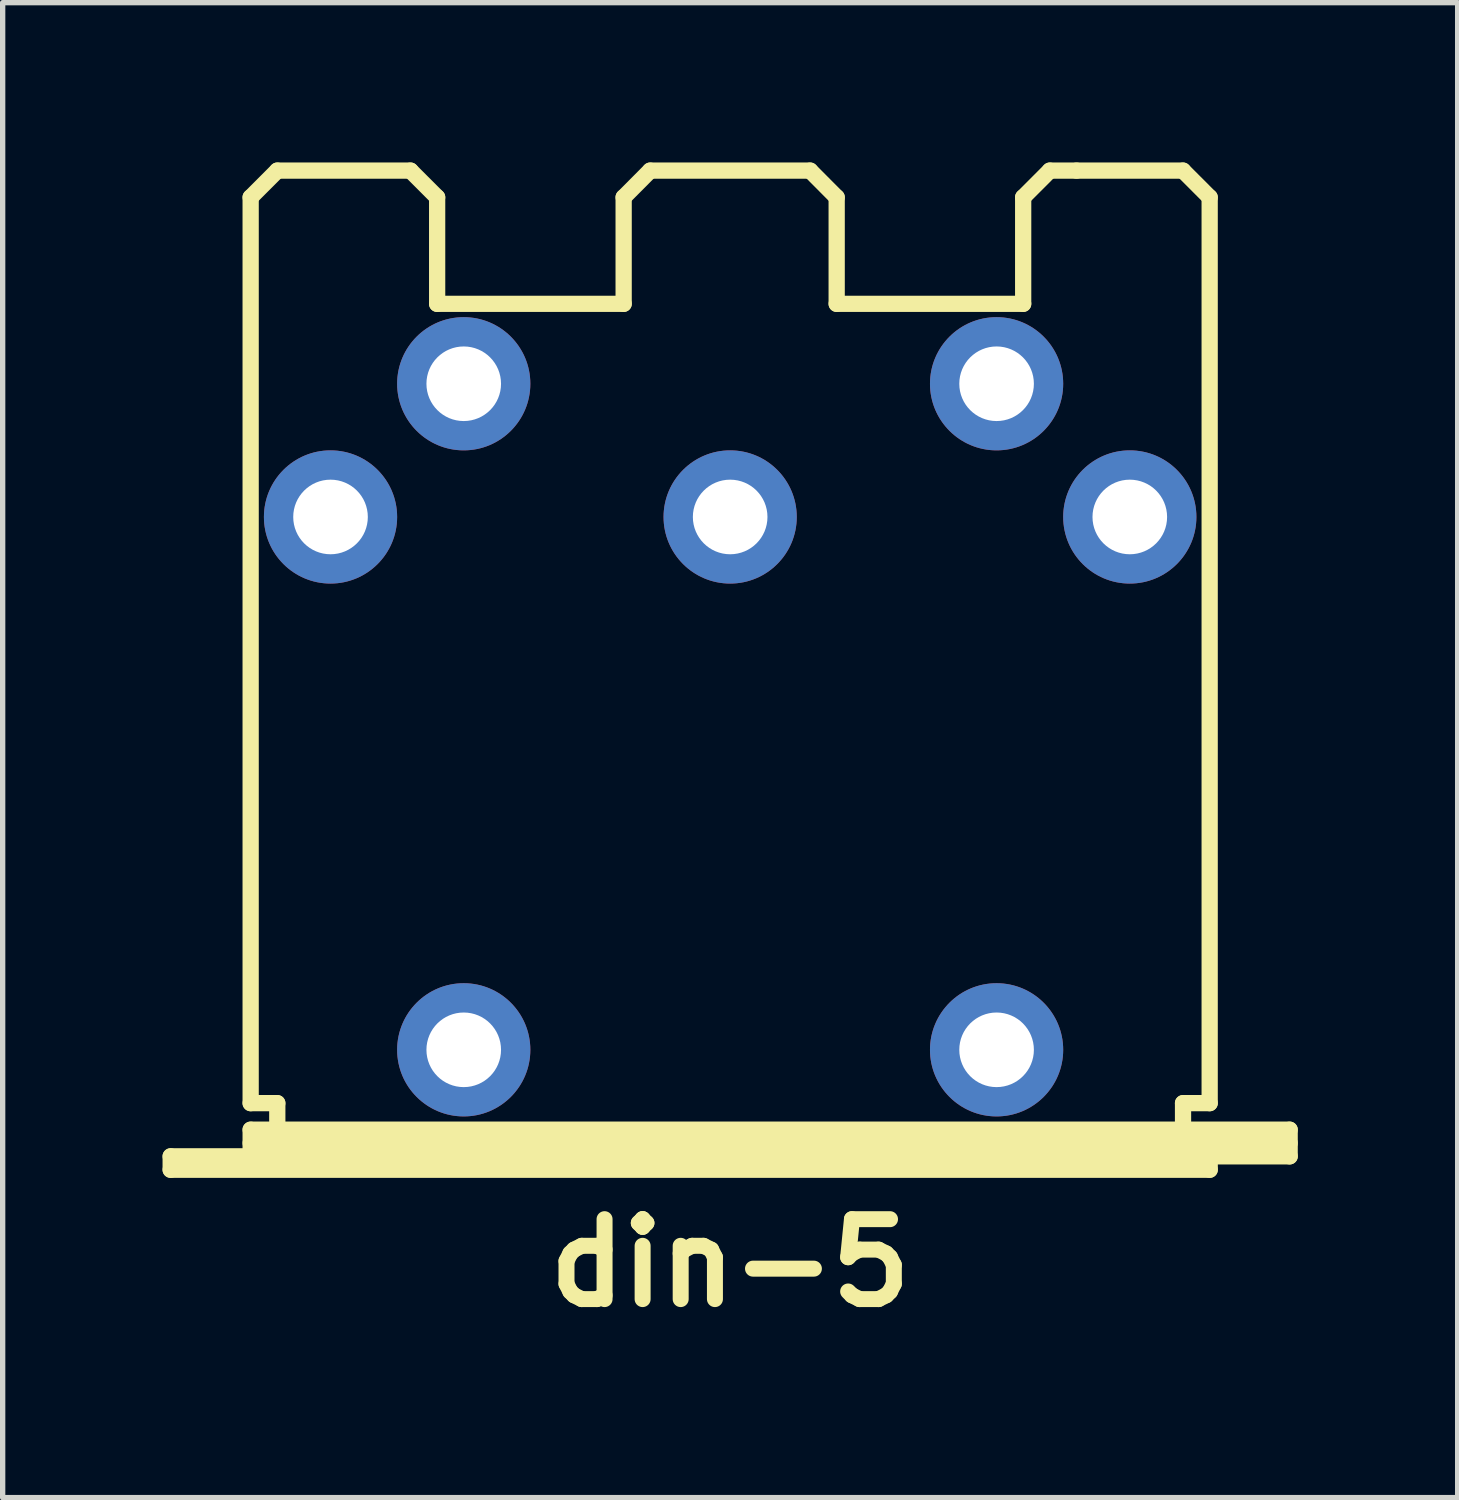
<source format=kicad_pcb>
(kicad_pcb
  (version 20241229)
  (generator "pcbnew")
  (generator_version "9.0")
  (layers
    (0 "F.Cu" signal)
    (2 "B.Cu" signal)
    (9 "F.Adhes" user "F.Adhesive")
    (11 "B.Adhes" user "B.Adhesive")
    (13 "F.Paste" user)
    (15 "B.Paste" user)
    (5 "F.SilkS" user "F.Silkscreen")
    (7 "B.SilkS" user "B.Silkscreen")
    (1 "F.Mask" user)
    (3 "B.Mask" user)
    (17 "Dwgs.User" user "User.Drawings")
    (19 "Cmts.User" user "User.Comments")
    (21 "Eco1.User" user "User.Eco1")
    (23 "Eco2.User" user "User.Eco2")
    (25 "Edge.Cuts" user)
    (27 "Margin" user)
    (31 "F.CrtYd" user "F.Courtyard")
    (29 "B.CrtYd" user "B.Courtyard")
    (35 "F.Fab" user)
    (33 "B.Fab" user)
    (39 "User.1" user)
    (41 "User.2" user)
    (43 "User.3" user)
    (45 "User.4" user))
  (footprint "din-5"
    (layer "F.Cu")
    (at 10.653 9.652)
    (property "Reference" "din-5" (at 0 11 0) (layer "F.SilkS") (effects (font (size 1.5 1.5) (thickness 0.3))))
    (attr through_hole)
    (fp_line (start -10.5 8.999) (end -8.999 8.999) (stroke (width 0.305) (type solid)) (layer "F.SilkS"))
    (fp_line (start -10.5 9.251) (end -10.5 8.999) (stroke (width 0.305) (type solid)) (layer "F.SilkS"))
    (fp_line (start -10.5 9.251) (end 8.999 9.251) (stroke (width 0.305) (type solid)) (layer "F.SilkS"))
    (fp_line (start -8.999 -8.999) (end -8.999 8.001) (stroke (width 0.305) (type solid)) (layer "F.SilkS"))
    (fp_line (start -8.999 -8.999) (end -8.499 -9.5) (stroke (width 0.305) (type solid)) (layer "F.SilkS"))
    (fp_line (start -8.999 8.001) (end -8.499 8.001) (stroke (width 0.305) (type solid)) (layer "F.SilkS"))
    (fp_line (start -8.999 8.499) (end 10.5 8.499) (stroke (width 0.305) (type solid)) (layer "F.SilkS"))
    (fp_line (start -8.999 8.75) (end 10.5 8.75) (stroke (width 0.305) (type solid)) (layer "F.SilkS"))
    (fp_line (start -8.999 8.999) (end -8.999 8.499) (stroke (width 0.305) (type solid)) (layer "F.SilkS"))
    (fp_line (start -8.499 -9.5) (end -5.999 -9.5) (stroke (width 0.305) (type solid)) (layer "F.SilkS"))
    (fp_line (start -8.499 8.001) (end -8.499 8.499) (stroke (width 0.305) (type solid)) (layer "F.SilkS"))
    (fp_line (start -5.999 -9.5) (end -5.499 -8.999) (stroke (width 0.305) (type solid)) (layer "F.SilkS"))
    (fp_line (start -5.499 -8.999) (end -5.499 -7) (stroke (width 0.305) (type solid)) (layer "F.SilkS"))
    (fp_line (start -5.499 -7) (end -1.999 -7) (stroke (width 0.305) (type solid)) (layer "F.SilkS"))
    (fp_line (start -1.999 -8.999) (end -1.999 -7) (stroke (width 0.305) (type solid)) (layer "F.SilkS"))
    (fp_line (start -1.501 -9.5) (end -1.999 -8.999) (stroke (width 0.305) (type solid)) (layer "F.SilkS"))
    (fp_line (start -1.501 -9.5) (end 1.501 -9.5) (stroke (width 0.305) (type solid)) (layer "F.SilkS"))
    (fp_line (start 1.501 -9.5) (end 1.999 -8.999) (stroke (width 0.305) (type solid)) (layer "F.SilkS"))
    (fp_line (start 1.999 -8.999) (end 1.999 -7) (stroke (width 0.305) (type solid)) (layer "F.SilkS"))
    (fp_line (start 5.499 -8.999) (end 5.499 -7) (stroke (width 0.305) (type solid)) (layer "F.SilkS"))
    (fp_line (start 5.499 -7) (end 1.999 -7) (stroke (width 0.305) (type solid)) (layer "F.SilkS"))
    (fp_line (start 5.999 -9.5) (end 5.499 -8.999) (stroke (width 0.305) (type solid)) (layer "F.SilkS"))
    (fp_line (start 6.5 -9.5) (end 5.999 -9.5) (stroke (width 0.305) (type solid)) (layer "F.SilkS"))
    (fp_line (start 8.499 -9.5) (end 6.5 -9.5) (stroke (width 0.305) (type solid)) (layer "F.SilkS"))
    (fp_line (start 8.499 8.499) (end 8.499 8.001) (stroke (width 0.305) (type solid)) (layer "F.SilkS"))
    (fp_line (start 8.999 -8.999) (end 8.499 -9.5) (stroke (width 0.305) (type solid)) (layer "F.SilkS"))
    (fp_line (start 8.999 -8.999) (end 8.999 8.001) (stroke (width 0.305) (type solid)) (layer "F.SilkS"))
    (fp_line (start 8.999 8.001) (end 8.499 8.001) (stroke (width 0.305) (type solid)) (layer "F.SilkS"))
    (fp_line (start 8.999 8.999) (end -8.999 8.999) (stroke (width 0.305) (type solid)) (layer "F.SilkS"))
    (fp_line (start 8.999 8.999) (end 9 9.25) (stroke (width 0.305) (type solid)) (layer "F.SilkS"))
    (fp_line (start 10.5 8.499) (end 10.5 8.999) (stroke (width 0.305) (type solid)) (layer "F.SilkS"))
    (fp_line (start 10.5 8.999) (end 8.999 8.999) (stroke (width 0.305) (type solid)) (layer "F.SilkS"))
    (pad "1" thru_hole circle (at 7.5 -3) (size 2.5 2.5) (drill 1.4) (layers "*.Cu" "*.Mask"))
    (pad "2" thru_hole circle (at 0 -3) (size 2.5 2.5) (drill 1.4) (layers "*.Cu" "*.Mask"))
    (pad "3" thru_hole circle (at -7.5 -3) (size 2.5 2.5) (drill 1.4) (layers "*.Cu" "*.Mask"))
    (pad "4" thru_hole circle (at 5 -5.5) (size 2.5 2.5) (drill 1.4) (layers "*.Cu" "*.Mask"))
    (pad "5" thru_hole circle (at -5 -5.5) (size 2.5 2.5) (drill 1.4) (layers "*.Cu" "*.Mask"))
    (pad "6" thru_hole circle (at -5 7) (size 2.5 2.5) (drill 1.4) (layers "*.Cu" "*.Mask"))
    (pad "6" thru_hole circle (at 5 7) (size 2.5 2.5) (drill 1.4) (layers "*.Cu" "*.Mask")))
  (gr_rect
    (start -3 -3)
    (end 24.306 25.056)
    (stroke (width 0.1) (type default))
    (fill no)
    (layer "Edge.Cuts")))
</source>
